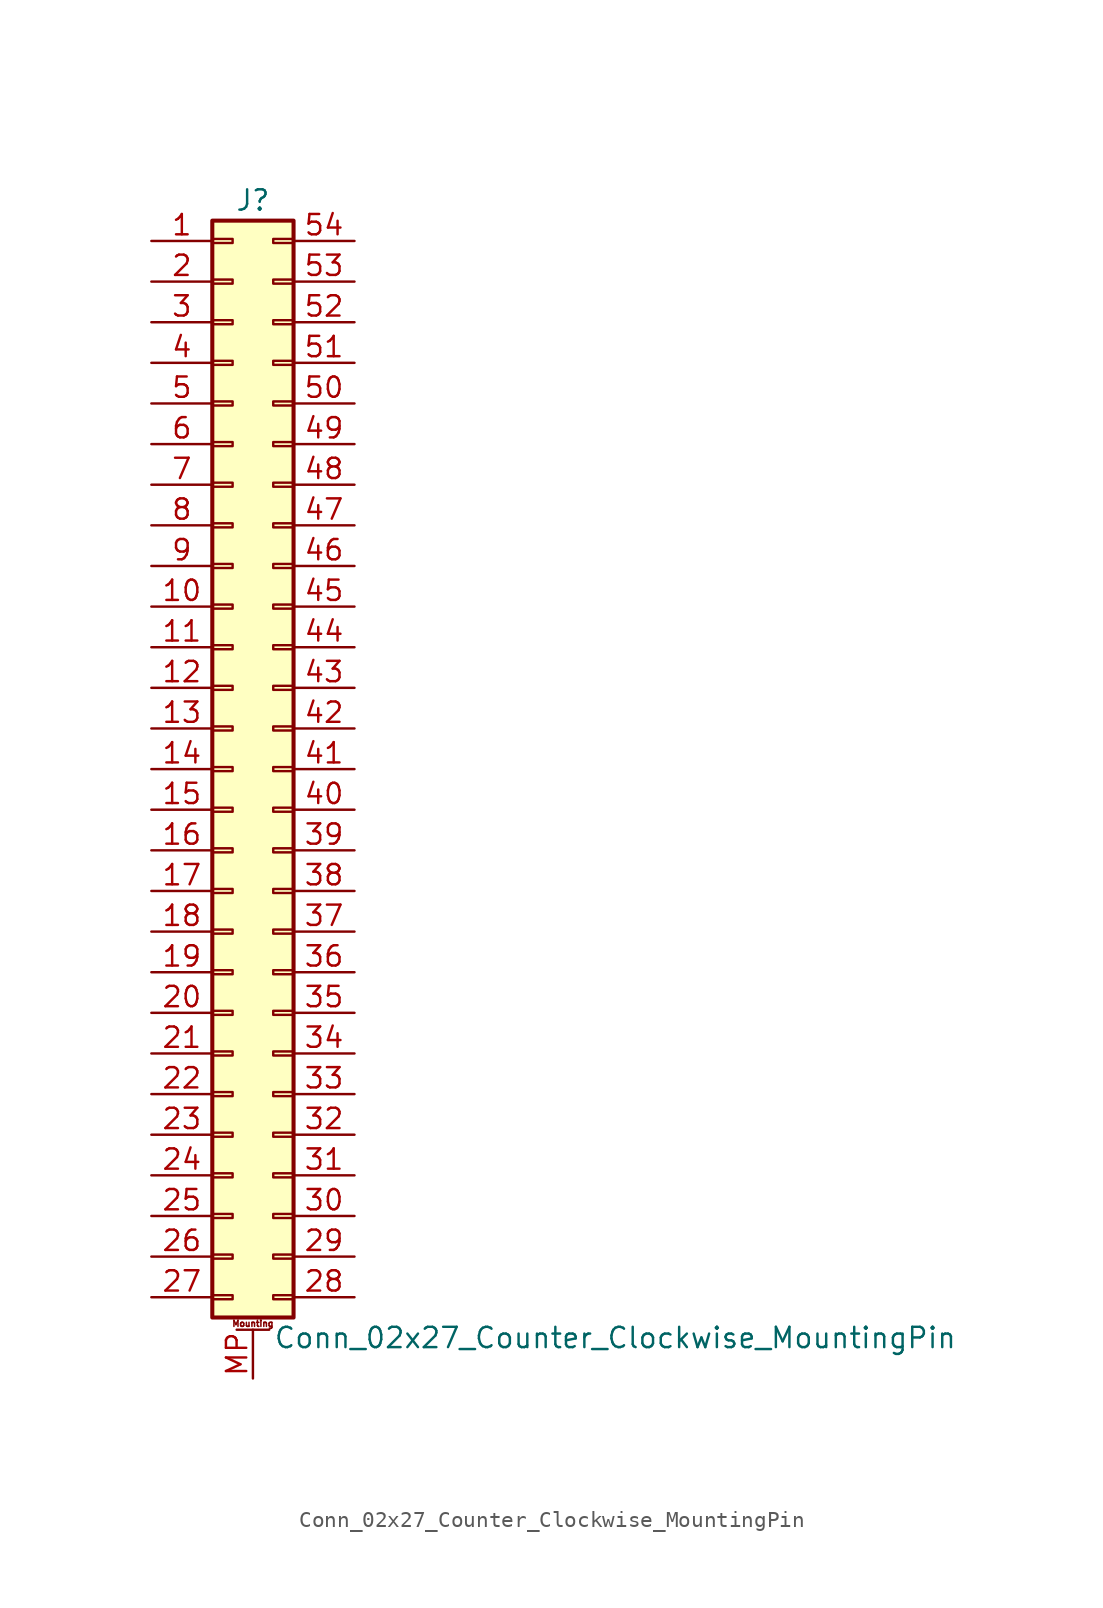
<source format=kicad_sym>
(kicad_symbol_lib
  (version 20201005)
  (generator kicad_symbol_editor)
  (symbol "Conn_02x27_Counter_Clockwise_MountingPin"
    (pin_names
      (offset 1.016) hide)
    (property "Reference" "J"
      (at 1.27 35.56 0)
      (effects (font (size 1.27 1.27))))
    (property "Value" "Conn_02x27_Counter_Clockwise_MountingPin"
      (at 2.54 -35.56 0)
      (effects (font (size 1.27 1.27)) (justify left)))
    (symbol "Conn_02x27_Counter_Clockwise_MountingPin_1_1"
      (text "Mounting" (at 1.27 -34.671 0) (effects (font (size 0.381 0.381))))
      (rectangle (start -1.27 -32.893) (end 0 -33.147) (stroke (width 0.152)) (fill (type none)))
      (rectangle (start -1.27 -30.353) (end 0 -30.607) (stroke (width 0.152)) (fill (type none)))
      (rectangle (start -1.27 -27.813) (end 0 -28.067) (stroke (width 0.152)) (fill (type none)))
      (rectangle (start -1.27 -25.273) (end 0 -25.527) (stroke (width 0.152)) (fill (type none)))
      (rectangle (start -1.27 -22.733) (end 0 -22.987) (stroke (width 0.152)) (fill (type none)))
      (rectangle (start -1.27 -20.193) (end 0 -20.447) (stroke (width 0.152)) (fill (type none)))
      (rectangle (start -1.27 -17.653) (end 0 -17.907) (stroke (width 0.152)) (fill (type none)))
      (rectangle (start -1.27 -15.113) (end 0 -15.367) (stroke (width 0.152)) (fill (type none)))
      (rectangle (start -1.27 -12.573) (end 0 -12.827) (stroke (width 0.152)) (fill (type none)))
      (rectangle (start -1.27 -10.033) (end 0 -10.287) (stroke (width 0.152)) (fill (type none)))
      (rectangle (start -1.27 -7.493) (end 0 -7.747) (stroke (width 0.152)) (fill (type none)))
      (rectangle (start -1.27 -4.953) (end 0 -5.207) (stroke (width 0.152)) (fill (type none)))
      (rectangle (start -1.27 -2.413) (end 0 -2.667) (stroke (width 0.152)) (fill (type none)))
      (rectangle (start -1.27 0.127) (end 0 -0.127) (stroke (width 0.152)) (fill (type none)))
      (rectangle (start -1.27 2.667) (end 0 2.413) (stroke (width 0.152)) (fill (type none)))
      (rectangle (start -1.27 5.207) (end 0 4.953) (stroke (width 0.152)) (fill (type none)))
      (rectangle (start -1.27 7.747) (end 0 7.493) (stroke (width 0.152)) (fill (type none)))
      (rectangle (start -1.27 10.287) (end 0 10.033) (stroke (width 0.152)) (fill (type none)))
      (rectangle (start -1.27 12.827) (end 0 12.573) (stroke (width 0.152)) (fill (type none)))
      (rectangle (start -1.27 15.367) (end 0 15.113) (stroke (width 0.152)) (fill (type none)))
      (rectangle (start -1.27 17.907) (end 0 17.653) (stroke (width 0.152)) (fill (type none)))
      (rectangle (start -1.27 20.447) (end 0 20.193) (stroke (width 0.152)) (fill (type none)))
      (rectangle (start -1.27 22.987) (end 0 22.733) (stroke (width 0.152)) (fill (type none)))
      (rectangle (start -1.27 25.527) (end 0 25.273) (stroke (width 0.152)) (fill (type none)))
      (rectangle (start -1.27 28.067) (end 0 27.813) (stroke (width 0.152)) (fill (type none)))
      (rectangle (start -1.27 30.607) (end 0 30.353) (stroke (width 0.152)) (fill (type none)))
      (rectangle (start -1.27 33.147) (end 0 32.893) (stroke (width 0.152)) (fill (type none)))
      (rectangle (start -1.27 34.29) (end 3.81 -34.29) (stroke (width 0.254)) (fill (type background)))
      (rectangle (start 3.81 -32.893) (end 2.54 -33.147) (stroke (width 0.152)) (fill (type none)))
      (rectangle (start 3.81 -30.353) (end 2.54 -30.607) (stroke (width 0.152)) (fill (type none)))
      (rectangle (start 3.81 -27.813) (end 2.54 -28.067) (stroke (width 0.152)) (fill (type none)))
      (rectangle (start 3.81 -25.273) (end 2.54 -25.527) (stroke (width 0.152)) (fill (type none)))
      (rectangle (start 3.81 -22.733) (end 2.54 -22.987) (stroke (width 0.152)) (fill (type none)))
      (rectangle (start 3.81 -20.193) (end 2.54 -20.447) (stroke (width 0.152)) (fill (type none)))
      (rectangle (start 3.81 -17.653) (end 2.54 -17.907) (stroke (width 0.152)) (fill (type none)))
      (rectangle (start 3.81 -15.113) (end 2.54 -15.367) (stroke (width 0.152)) (fill (type none)))
      (rectangle (start 3.81 -12.573) (end 2.54 -12.827) (stroke (width 0.152)) (fill (type none)))
      (rectangle (start 3.81 -10.033) (end 2.54 -10.287) (stroke (width 0.152)) (fill (type none)))
      (rectangle (start 3.81 -7.493) (end 2.54 -7.747) (stroke (width 0.152)) (fill (type none)))
      (rectangle (start 3.81 -4.953) (end 2.54 -5.207) (stroke (width 0.152)) (fill (type none)))
      (rectangle (start 3.81 -2.413) (end 2.54 -2.667) (stroke (width 0.152)) (fill (type none)))
      (rectangle (start 3.81 0.127) (end 2.54 -0.127) (stroke (width 0.152)) (fill (type none)))
      (rectangle (start 3.81 2.667) (end 2.54 2.413) (stroke (width 0.152)) (fill (type none)))
      (rectangle (start 3.81 5.207) (end 2.54 4.953) (stroke (width 0.152)) (fill (type none)))
      (rectangle (start 3.81 7.747) (end 2.54 7.493) (stroke (width 0.152)) (fill (type none)))
      (rectangle (start 3.81 10.287) (end 2.54 10.033) (stroke (width 0.152)) (fill (type none)))
      (rectangle (start 3.81 12.827) (end 2.54 12.573) (stroke (width 0.152)) (fill (type none)))
      (rectangle (start 3.81 15.367) (end 2.54 15.113) (stroke (width 0.152)) (fill (type none)))
      (rectangle (start 3.81 17.907) (end 2.54 17.653) (stroke (width 0.152)) (fill (type none)))
      (rectangle (start 3.81 20.447) (end 2.54 20.193) (stroke (width 0.152)) (fill (type none)))
      (rectangle (start 3.81 22.987) (end 2.54 22.733) (stroke (width 0.152)) (fill (type none)))
      (rectangle (start 3.81 25.527) (end 2.54 25.273) (stroke (width 0.152)) (fill (type none)))
      (rectangle (start 3.81 28.067) (end 2.54 27.813) (stroke (width 0.152)) (fill (type none)))
      (rectangle (start 3.81 30.607) (end 2.54 30.353) (stroke (width 0.152)) (fill (type none)))
      (rectangle (start 3.81 33.147) (end 2.54 32.893) (stroke (width 0.152)) (fill (type none)))
      (polyline (pts (xy 0.254 -35.052) (xy 2.286 -35.052)) (stroke (width 0.152)) (fill (type none)))
      (pin passive line (at -5.08 33.02 0) (length 3.81) (name "Pin_1" (effects (font (size 1.27 1.27)))) (number "1" (effects (font (size 1.27 1.27)))))
      (pin passive line (at -5.08 10.16 0) (length 3.81) (name "Pin_10" (effects (font (size 1.27 1.27)))) (number "10" (effects (font (size 1.27 1.27)))))
      (pin passive line (at -5.08 7.62 0) (length 3.81) (name "Pin_11" (effects (font (size 1.27 1.27)))) (number "11" (effects (font (size 1.27 1.27)))))
      (pin passive line (at -5.08 5.08 0) (length 3.81) (name "Pin_12" (effects (font (size 1.27 1.27)))) (number "12" (effects (font (size 1.27 1.27)))))
      (pin passive line (at -5.08 2.54 0) (length 3.81) (name "Pin_13" (effects (font (size 1.27 1.27)))) (number "13" (effects (font (size 1.27 1.27)))))
      (pin passive line (at -5.08 0 0) (length 3.81) (name "Pin_14" (effects (font (size 1.27 1.27)))) (number "14" (effects (font (size 1.27 1.27)))))
      (pin passive line (at -5.08 -2.54 0) (length 3.81) (name "Pin_15" (effects (font (size 1.27 1.27)))) (number "15" (effects (font (size 1.27 1.27)))))
      (pin passive line (at -5.08 -5.08 0) (length 3.81) (name "Pin_16" (effects (font (size 1.27 1.27)))) (number "16" (effects (font (size 1.27 1.27)))))
      (pin passive line (at -5.08 -7.62 0) (length 3.81) (name "Pin_17" (effects (font (size 1.27 1.27)))) (number "17" (effects (font (size 1.27 1.27)))))
      (pin passive line (at -5.08 -10.16 0) (length 3.81) (name "Pin_18" (effects (font (size 1.27 1.27)))) (number "18" (effects (font (size 1.27 1.27)))))
      (pin passive line (at -5.08 -12.7 0) (length 3.81) (name "Pin_19" (effects (font (size 1.27 1.27)))) (number "19" (effects (font (size 1.27 1.27)))))
      (pin passive line (at -5.08 30.48 0) (length 3.81) (name "Pin_2" (effects (font (size 1.27 1.27)))) (number "2" (effects (font (size 1.27 1.27)))))
      (pin passive line (at -5.08 -15.24 0) (length 3.81) (name "Pin_20" (effects (font (size 1.27 1.27)))) (number "20" (effects (font (size 1.27 1.27)))))
      (pin passive line (at -5.08 -17.78 0) (length 3.81) (name "Pin_21" (effects (font (size 1.27 1.27)))) (number "21" (effects (font (size 1.27 1.27)))))
      (pin passive line (at -5.08 -20.32 0) (length 3.81) (name "Pin_22" (effects (font (size 1.27 1.27)))) (number "22" (effects (font (size 1.27 1.27)))))
      (pin passive line (at -5.08 -22.86 0) (length 3.81) (name "Pin_23" (effects (font (size 1.27 1.27)))) (number "23" (effects (font (size 1.27 1.27)))))
      (pin passive line (at -5.08 -25.4 0) (length 3.81) (name "Pin_24" (effects (font (size 1.27 1.27)))) (number "24" (effects (font (size 1.27 1.27)))))
      (pin passive line (at -5.08 -27.94 0) (length 3.81) (name "Pin_25" (effects (font (size 1.27 1.27)))) (number "25" (effects (font (size 1.27 1.27)))))
      (pin passive line (at -5.08 -30.48 0) (length 3.81) (name "Pin_26" (effects (font (size 1.27 1.27)))) (number "26" (effects (font (size 1.27 1.27)))))
      (pin passive line (at -5.08 -33.02 0) (length 3.81) (name "Pin_27" (effects (font (size 1.27 1.27)))) (number "27" (effects (font (size 1.27 1.27)))))
      (pin passive line (at 7.62 -33.02 180) (length 3.81) (name "Pin_28" (effects (font (size 1.27 1.27)))) (number "28" (effects (font (size 1.27 1.27)))))
      (pin passive line (at 7.62 -30.48 180) (length 3.81) (name "Pin_29" (effects (font (size 1.27 1.27)))) (number "29" (effects (font (size 1.27 1.27)))))
      (pin passive line (at -5.08 27.94 0) (length 3.81) (name "Pin_3" (effects (font (size 1.27 1.27)))) (number "3" (effects (font (size 1.27 1.27)))))
      (pin passive line (at 7.62 -27.94 180) (length 3.81) (name "Pin_30" (effects (font (size 1.27 1.27)))) (number "30" (effects (font (size 1.27 1.27)))))
      (pin passive line (at 7.62 -25.4 180) (length 3.81) (name "Pin_31" (effects (font (size 1.27 1.27)))) (number "31" (effects (font (size 1.27 1.27)))))
      (pin passive line (at 7.62 -22.86 180) (length 3.81) (name "Pin_32" (effects (font (size 1.27 1.27)))) (number "32" (effects (font (size 1.27 1.27)))))
      (pin passive line (at 7.62 -20.32 180) (length 3.81) (name "Pin_33" (effects (font (size 1.27 1.27)))) (number "33" (effects (font (size 1.27 1.27)))))
      (pin passive line (at 7.62 -17.78 180) (length 3.81) (name "Pin_34" (effects (font (size 1.27 1.27)))) (number "34" (effects (font (size 1.27 1.27)))))
      (pin passive line (at 7.62 -15.24 180) (length 3.81) (name "Pin_35" (effects (font (size 1.27 1.27)))) (number "35" (effects (font (size 1.27 1.27)))))
      (pin passive line (at 7.62 -12.7 180) (length 3.81) (name "Pin_36" (effects (font (size 1.27 1.27)))) (number "36" (effects (font (size 1.27 1.27)))))
      (pin passive line (at 7.62 -10.16 180) (length 3.81) (name "Pin_37" (effects (font (size 1.27 1.27)))) (number "37" (effects (font (size 1.27 1.27)))))
      (pin passive line (at 7.62 -7.62 180) (length 3.81) (name "Pin_38" (effects (font (size 1.27 1.27)))) (number "38" (effects (font (size 1.27 1.27)))))
      (pin passive line (at 7.62 -5.08 180) (length 3.81) (name "Pin_39" (effects (font (size 1.27 1.27)))) (number "39" (effects (font (size 1.27 1.27)))))
      (pin passive line (at -5.08 25.4 0) (length 3.81) (name "Pin_4" (effects (font (size 1.27 1.27)))) (number "4" (effects (font (size 1.27 1.27)))))
      (pin passive line (at 7.62 -2.54 180) (length 3.81) (name "Pin_40" (effects (font (size 1.27 1.27)))) (number "40" (effects (font (size 1.27 1.27)))))
      (pin passive line (at 7.62 0 180) (length 3.81) (name "Pin_41" (effects (font (size 1.27 1.27)))) (number "41" (effects (font (size 1.27 1.27)))))
      (pin passive line (at 7.62 2.54 180) (length 3.81) (name "Pin_42" (effects (font (size 1.27 1.27)))) (number "42" (effects (font (size 1.27 1.27)))))
      (pin passive line (at 7.62 5.08 180) (length 3.81) (name "Pin_43" (effects (font (size 1.27 1.27)))) (number "43" (effects (font (size 1.27 1.27)))))
      (pin passive line (at 7.62 7.62 180) (length 3.81) (name "Pin_44" (effects (font (size 1.27 1.27)))) (number "44" (effects (font (size 1.27 1.27)))))
      (pin passive line (at 7.62 10.16 180) (length 3.81) (name "Pin_45" (effects (font (size 1.27 1.27)))) (number "45" (effects (font (size 1.27 1.27)))))
      (pin passive line (at 7.62 12.7 180) (length 3.81) (name "Pin_46" (effects (font (size 1.27 1.27)))) (number "46" (effects (font (size 1.27 1.27)))))
      (pin passive line (at 7.62 15.24 180) (length 3.81) (name "Pin_47" (effects (font (size 1.27 1.27)))) (number "47" (effects (font (size 1.27 1.27)))))
      (pin passive line (at 7.62 17.78 180) (length 3.81) (name "Pin_48" (effects (font (size 1.27 1.27)))) (number "48" (effects (font (size 1.27 1.27)))))
      (pin passive line (at 7.62 20.32 180) (length 3.81) (name "Pin_49" (effects (font (size 1.27 1.27)))) (number "49" (effects (font (size 1.27 1.27)))))
      (pin passive line (at -5.08 22.86 0) (length 3.81) (name "Pin_5" (effects (font (size 1.27 1.27)))) (number "5" (effects (font (size 1.27 1.27)))))
      (pin passive line (at 7.62 22.86 180) (length 3.81) (name "Pin_50" (effects (font (size 1.27 1.27)))) (number "50" (effects (font (size 1.27 1.27)))))
      (pin passive line (at 7.62 25.4 180) (length 3.81) (name "Pin_51" (effects (font (size 1.27 1.27)))) (number "51" (effects (font (size 1.27 1.27)))))
      (pin passive line (at 7.62 27.94 180) (length 3.81) (name "Pin_52" (effects (font (size 1.27 1.27)))) (number "52" (effects (font (size 1.27 1.27)))))
      (pin passive line (at 7.62 30.48 180) (length 3.81) (name "Pin_53" (effects (font (size 1.27 1.27)))) (number "53" (effects (font (size 1.27 1.27)))))
      (pin passive line (at 7.62 33.02 180) (length 3.81) (name "Pin_54" (effects (font (size 1.27 1.27)))) (number "54" (effects (font (size 1.27 1.27)))))
      (pin passive line (at -5.08 20.32 0) (length 3.81) (name "Pin_6" (effects (font (size 1.27 1.27)))) (number "6" (effects (font (size 1.27 1.27)))))
      (pin passive line (at -5.08 17.78 0) (length 3.81) (name "Pin_7" (effects (font (size 1.27 1.27)))) (number "7" (effects (font (size 1.27 1.27)))))
      (pin passive line (at -5.08 15.24 0) (length 3.81) (name "Pin_8" (effects (font (size 1.27 1.27)))) (number "8" (effects (font (size 1.27 1.27)))))
      (pin passive line (at -5.08 12.7 0) (length 3.81) (name "Pin_9" (effects (font (size 1.27 1.27)))) (number "9" (effects (font (size 1.27 1.27)))))
      (pin passive line (at 1.27 -38.1 90) (length 3.048) (name "MountPin" (effects (font (size 1.27 1.27)))) (number "MP" (effects (font (size 1.27 1.27))))))))
</source>
